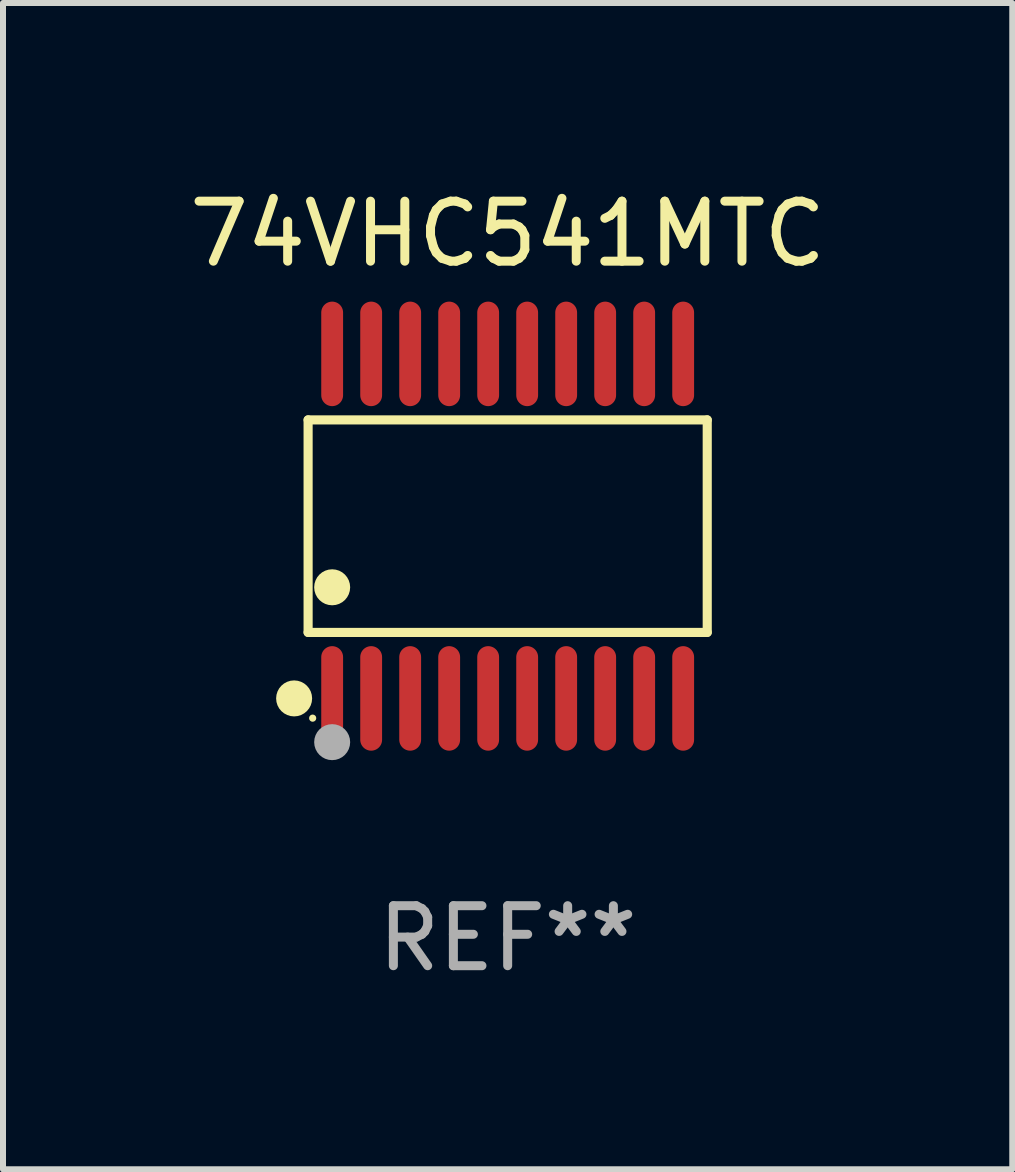
<source format=kicad_pcb>
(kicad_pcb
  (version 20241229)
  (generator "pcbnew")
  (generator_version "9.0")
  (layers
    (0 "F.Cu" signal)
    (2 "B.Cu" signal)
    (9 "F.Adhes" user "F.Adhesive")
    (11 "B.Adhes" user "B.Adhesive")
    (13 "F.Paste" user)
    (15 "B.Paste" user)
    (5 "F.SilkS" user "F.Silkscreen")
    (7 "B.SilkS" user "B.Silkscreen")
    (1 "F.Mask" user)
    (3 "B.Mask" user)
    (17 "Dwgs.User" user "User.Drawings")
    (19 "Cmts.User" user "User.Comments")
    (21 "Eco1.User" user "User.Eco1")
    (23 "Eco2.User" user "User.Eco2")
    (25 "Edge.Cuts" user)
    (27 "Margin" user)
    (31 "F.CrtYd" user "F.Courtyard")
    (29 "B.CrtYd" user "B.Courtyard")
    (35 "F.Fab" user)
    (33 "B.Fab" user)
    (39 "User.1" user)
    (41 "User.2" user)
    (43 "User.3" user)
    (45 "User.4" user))
  (footprint "74VHC541MTC"
    (layer "F.Cu")
    (at 5.411 5.719)
    (property "Reference" "74VHC541MTC" (at 0 -4.871 0) (layer "F.SilkS") (effects (font (size 1 1) (thickness 0.15))))
    (attr through_hole)
    (fp_line (start -3.326 -1.771) (end 3.326 -1.771) (stroke (width 0.152) (type solid)) (layer "F.SilkS"))
    (fp_line (start -3.326 1.771) (end -3.326 -1.771) (stroke (width 0.152) (type solid)) (layer "F.SilkS"))
    (fp_line (start 3.326 -1.771) (end 3.326 1.771) (stroke (width 0.152) (type solid)) (layer "F.SilkS"))
    (fp_line (start 3.326 1.771) (end -3.326 1.771) (stroke (width 0.152) (type solid)) (layer "F.SilkS"))
    (fp_circle (center -3.559 2.871) (end -3.409 2.871) (stroke (width 0.3) (type solid)) (fill no) (layer "F.SilkS"))
    (fp_circle (center -3.25 3.2) (end -3.22 3.2) (stroke (width 0.06) (type solid)) (fill no) (layer "F.SilkS"))
    (fp_circle (center -2.925 1.019) (end -2.775 1.019) (stroke (width 0.3) (type solid)) (fill no) (layer "F.SilkS"))
    (fp_circle (center -2.925 3.6) (end -2.775 3.6) (stroke (width 0.3) (type solid)) (fill no) (layer "F.Fab"))
    (fp_text user "REF**" (at 0 6.871 0) (layer "F.Fab") (effects (font (size 1 1) (thickness 0.15))))
    (pad "1" smd oval (at -2.925 2.871) (size 0.364 1.742) (layers "F.Cu" "F.Mask" "F.Paste"))
    (pad "2" smd oval (at -2.275 2.871) (size 0.364 1.742) (layers "F.Cu" "F.Mask" "F.Paste"))
    (pad "3" smd oval (at -1.625 2.871) (size 0.364 1.742) (layers "F.Cu" "F.Mask" "F.Paste"))
    (pad "4" smd oval (at -0.975 2.871) (size 0.364 1.742) (layers "F.Cu" "F.Mask" "F.Paste"))
    (pad "5" smd oval (at -0.325 2.871) (size 0.364 1.742) (layers "F.Cu" "F.Mask" "F.Paste"))
    (pad "6" smd oval (at 0.325 2.871) (size 0.364 1.742) (layers "F.Cu" "F.Mask" "F.Paste"))
    (pad "7" smd oval (at 0.975 2.871) (size 0.364 1.742) (layers "F.Cu" "F.Mask" "F.Paste"))
    (pad "8" smd oval (at 1.625 2.871) (size 0.364 1.742) (layers "F.Cu" "F.Mask" "F.Paste"))
    (pad "9" smd oval (at 2.275 2.871) (size 0.364 1.742) (layers "F.Cu" "F.Mask" "F.Paste"))
    (pad "10" smd oval (at 2.925 2.871) (size 0.364 1.742) (layers "F.Cu" "F.Mask" "F.Paste"))
    (pad "11" smd oval (at 2.925 -2.871) (size 0.364 1.742) (layers "F.Cu" "F.Mask" "F.Paste"))
    (pad "12" smd oval (at 2.275 -2.871) (size 0.364 1.742) (layers "F.Cu" "F.Mask" "F.Paste"))
    (pad "13" smd oval (at 1.625 -2.871) (size 0.364 1.742) (layers "F.Cu" "F.Mask" "F.Paste"))
    (pad "14" smd oval (at 0.975 -2.871) (size 0.364 1.742) (layers "F.Cu" "F.Mask" "F.Paste"))
    (pad "15" smd oval (at 0.325 -2.871) (size 0.364 1.742) (layers "F.Cu" "F.Mask" "F.Paste"))
    (pad "16" smd oval (at -0.325 -2.871) (size 0.364 1.742) (layers "F.Cu" "F.Mask" "F.Paste"))
    (pad "17" smd oval (at -0.975 -2.871) (size 0.364 1.742) (layers "F.Cu" "F.Mask" "F.Paste"))
    (pad "18" smd oval (at -1.625 -2.871) (size 0.364 1.742) (layers "F.Cu" "F.Mask" "F.Paste"))
    (pad "19" smd oval (at -2.275 -2.871) (size 0.364 1.742) (layers "F.Cu" "F.Mask" "F.Paste"))
    (pad "20" smd oval (at -2.925 -2.871) (size 0.364 1.742) (layers "F.Cu" "F.Mask" "F.Paste")))
  (gr_rect
    (start -3 -3)
    (end 13.821 16.438)
    (stroke (width 0.1) (type default))
    (fill no)
    (layer "Edge.Cuts")))
</source>
